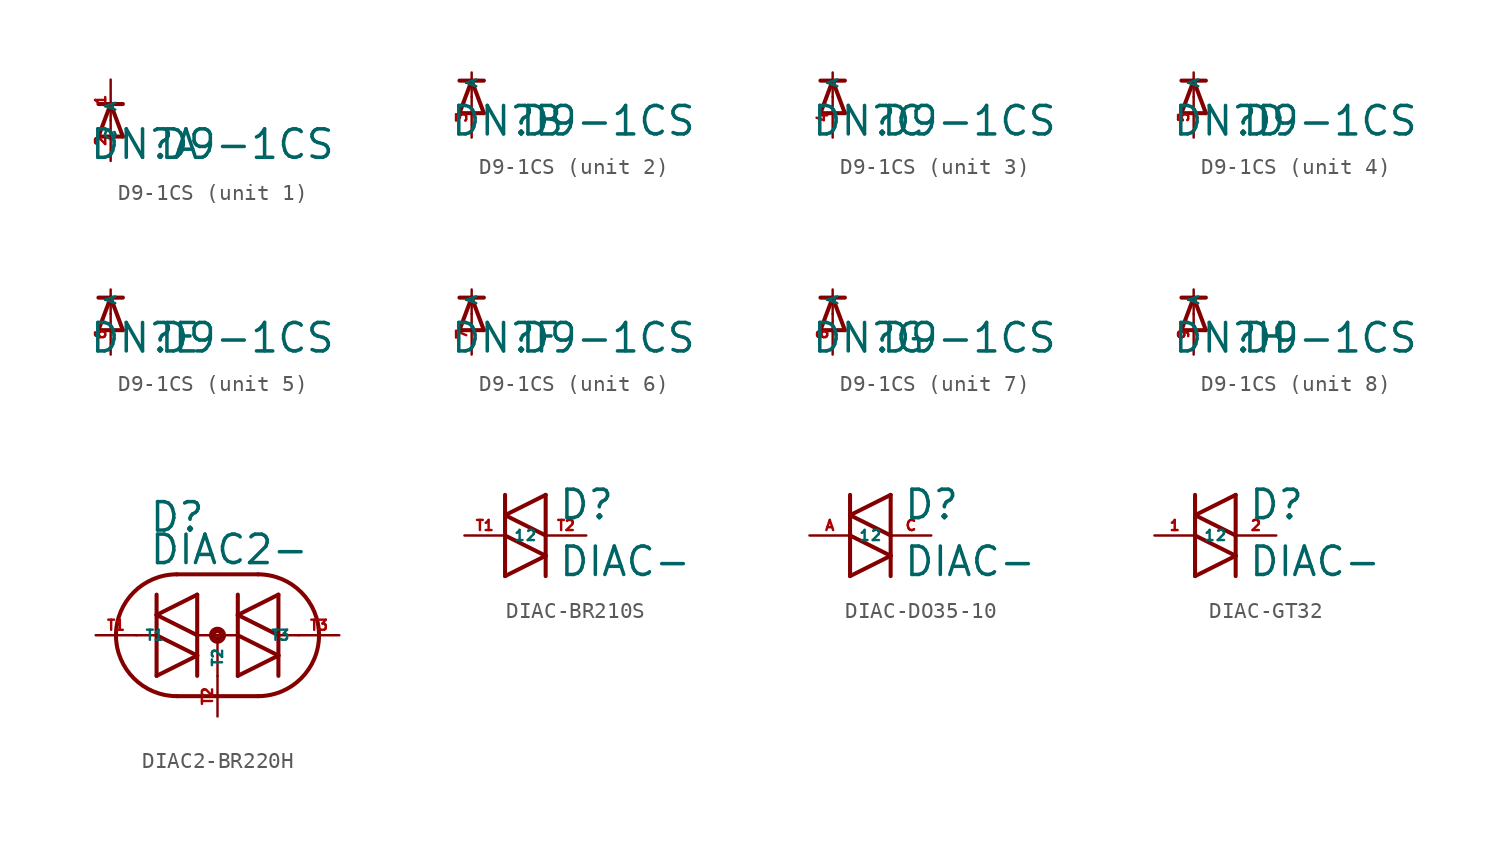
<source format=kicad_sym>
(kicad_symbol_lib
  (version 20220914)
  (generator Eagle2Kicad)
  (symbol "D9-1CS"
    (property "Reference" "DN"
      (at -1.372 -2.54 0)
      (effects (font (size 1.778 1.778) (thickness 0.22)) (justify left bottom)))
    (property "Value" "D9-1CS"
      (at 2.946 -2.54 0)
      (effects (font (size 1.778 1.778) (thickness 0.22)) (justify left bottom)))
    (symbol "D9-1CS_1_0"
      (polyline (pts (xy 0.762 -1.016) (xy 0 1.016)) (stroke (width 0.254) (type default)) (fill (type none)))
      (polyline (pts (xy 0 1.016) (xy -0.762 -1.016)) (stroke (width 0.254) (type default)) (fill (type none)))
      (polyline (pts (xy -0.762 1.016) (xy 0 1.016)) (stroke (width 0.254) (type default)) (fill (type none)))
      (polyline (pts (xy -0.762 -1.016) (xy 0.762 -1.016)) (stroke (width 0.254) (type default)) (fill (type none)))
      (polyline (pts (xy 0 1.016) (xy 0.762 1.016)) (stroke (width 0.254) (type default)) (fill (type none)))
      (pin passive line (at 0 -2.54 90) (length 2.54) (name "A" (effects (font (size 0.635 0.635) (thickness 0.08)) (justify left bottom))) (number "2" (effects (font (size 0.635 0.635) (thickness 0.08)) (justify left bottom))))
      (pin passive line (at 0 2.54 270) (length 2.54) (name "C" (effects (font (size 0.635 0.635) (thickness 0.08)) (justify left bottom))) (number "1" (effects (font (size 0.635 0.635) (thickness 0.08)) (justify left bottom)))))
    (symbol "D9-1CS_2_0"
      (polyline (pts (xy 0.762 -1.016) (xy 0 1.016)) (stroke (width 0.254) (type default)) (fill (type none)))
      (polyline (pts (xy 0 1.016) (xy -0.762 -1.016)) (stroke (width 0.254) (type default)) (fill (type none)))
      (polyline (pts (xy -0.762 1.016) (xy 0 1.016)) (stroke (width 0.254) (type default)) (fill (type none)))
      (polyline (pts (xy 0 1.524) (xy 0 1.016)) (stroke (width 0.152) (type default)) (fill (type none)))
      (polyline (pts (xy 0 0) (xy 0 1.016)) (stroke (width 0.152) (type default)) (fill (type none)))
      (polyline (pts (xy -0.762 -1.016) (xy 0.762 -1.016)) (stroke (width 0.254) (type default)) (fill (type none)))
      (polyline (pts (xy 0 1.016) (xy 0.762 1.016)) (stroke (width 0.254) (type default)) (fill (type none)))
      (pin passive line (at 0 -2.54 90) (length 2.54) (name "A" (effects (font (size 0.635 0.635) (thickness 0.08)) (justify left bottom))) (number "3" (effects (font (size 0.635 0.635) (thickness 0.08)) (justify left bottom)))))
    (symbol "D9-1CS_3_0"
      (polyline (pts (xy 0.762 -1.016) (xy 0 1.016)) (stroke (width 0.254) (type default)) (fill (type none)))
      (polyline (pts (xy 0 1.016) (xy -0.762 -1.016)) (stroke (width 0.254) (type default)) (fill (type none)))
      (polyline (pts (xy -0.762 1.016) (xy 0 1.016)) (stroke (width 0.254) (type default)) (fill (type none)))
      (polyline (pts (xy 0 1.524) (xy 0 1.016)) (stroke (width 0.152) (type default)) (fill (type none)))
      (polyline (pts (xy 0 0) (xy 0 1.016)) (stroke (width 0.152) (type default)) (fill (type none)))
      (polyline (pts (xy -0.762 -1.016) (xy 0.762 -1.016)) (stroke (width 0.254) (type default)) (fill (type none)))
      (polyline (pts (xy 0 1.016) (xy 0.762 1.016)) (stroke (width 0.254) (type default)) (fill (type none)))
      (pin passive line (at 0 -2.54 90) (length 2.54) (name "A" (effects (font (size 0.635 0.635) (thickness 0.08)) (justify left bottom))) (number "4" (effects (font (size 0.635 0.635) (thickness 0.08)) (justify left bottom)))))
    (symbol "D9-1CS_4_0"
      (polyline (pts (xy 0.762 -1.016) (xy 0 1.016)) (stroke (width 0.254) (type default)) (fill (type none)))
      (polyline (pts (xy 0 1.016) (xy -0.762 -1.016)) (stroke (width 0.254) (type default)) (fill (type none)))
      (polyline (pts (xy -0.762 1.016) (xy 0 1.016)) (stroke (width 0.254) (type default)) (fill (type none)))
      (polyline (pts (xy 0 1.524) (xy 0 1.016)) (stroke (width 0.152) (type default)) (fill (type none)))
      (polyline (pts (xy 0 0) (xy 0 1.016)) (stroke (width 0.152) (type default)) (fill (type none)))
      (polyline (pts (xy -0.762 -1.016) (xy 0.762 -1.016)) (stroke (width 0.254) (type default)) (fill (type none)))
      (polyline (pts (xy 0 1.016) (xy 0.762 1.016)) (stroke (width 0.254) (type default)) (fill (type none)))
      (pin passive line (at 0 -2.54 90) (length 2.54) (name "A" (effects (font (size 0.635 0.635) (thickness 0.08)) (justify left bottom))) (number "5" (effects (font (size 0.635 0.635) (thickness 0.08)) (justify left bottom)))))
    (symbol "D9-1CS_5_0"
      (polyline (pts (xy 0.762 -1.016) (xy 0 1.016)) (stroke (width 0.254) (type default)) (fill (type none)))
      (polyline (pts (xy 0 1.016) (xy -0.762 -1.016)) (stroke (width 0.254) (type default)) (fill (type none)))
      (polyline (pts (xy -0.762 1.016) (xy 0 1.016)) (stroke (width 0.254) (type default)) (fill (type none)))
      (polyline (pts (xy 0 1.524) (xy 0 1.016)) (stroke (width 0.152) (type default)) (fill (type none)))
      (polyline (pts (xy 0 0) (xy 0 1.016)) (stroke (width 0.152) (type default)) (fill (type none)))
      (polyline (pts (xy -0.762 -1.016) (xy 0.762 -1.016)) (stroke (width 0.254) (type default)) (fill (type none)))
      (polyline (pts (xy 0 1.016) (xy 0.762 1.016)) (stroke (width 0.254) (type default)) (fill (type none)))
      (pin passive line (at 0 -2.54 90) (length 2.54) (name "A" (effects (font (size 0.635 0.635) (thickness 0.08)) (justify left bottom))) (number "6" (effects (font (size 0.635 0.635) (thickness 0.08)) (justify left bottom)))))
    (symbol "D9-1CS_6_0"
      (polyline (pts (xy 0.762 -1.016) (xy 0 1.016)) (stroke (width 0.254) (type default)) (fill (type none)))
      (polyline (pts (xy 0 1.016) (xy -0.762 -1.016)) (stroke (width 0.254) (type default)) (fill (type none)))
      (polyline (pts (xy -0.762 1.016) (xy 0 1.016)) (stroke (width 0.254) (type default)) (fill (type none)))
      (polyline (pts (xy 0 1.524) (xy 0 1.016)) (stroke (width 0.152) (type default)) (fill (type none)))
      (polyline (pts (xy 0 0) (xy 0 1.016)) (stroke (width 0.152) (type default)) (fill (type none)))
      (polyline (pts (xy -0.762 -1.016) (xy 0.762 -1.016)) (stroke (width 0.254) (type default)) (fill (type none)))
      (polyline (pts (xy 0 1.016) (xy 0.762 1.016)) (stroke (width 0.254) (type default)) (fill (type none)))
      (pin passive line (at 0 -2.54 90) (length 2.54) (name "A" (effects (font (size 0.635 0.635) (thickness 0.08)) (justify left bottom))) (number "7" (effects (font (size 0.635 0.635) (thickness 0.08)) (justify left bottom)))))
    (symbol "D9-1CS_7_0"
      (polyline (pts (xy 0.762 -1.016) (xy 0 1.016)) (stroke (width 0.254) (type default)) (fill (type none)))
      (polyline (pts (xy 0 1.016) (xy -0.762 -1.016)) (stroke (width 0.254) (type default)) (fill (type none)))
      (polyline (pts (xy -0.762 1.016) (xy 0 1.016)) (stroke (width 0.254) (type default)) (fill (type none)))
      (polyline (pts (xy 0 1.524) (xy 0 1.016)) (stroke (width 0.152) (type default)) (fill (type none)))
      (polyline (pts (xy 0 0) (xy 0 1.016)) (stroke (width 0.152) (type default)) (fill (type none)))
      (polyline (pts (xy -0.762 -1.016) (xy 0.762 -1.016)) (stroke (width 0.254) (type default)) (fill (type none)))
      (polyline (pts (xy 0 1.016) (xy 0.762 1.016)) (stroke (width 0.254) (type default)) (fill (type none)))
      (pin passive line (at 0 -2.54 90) (length 2.54) (name "A" (effects (font (size 0.635 0.635) (thickness 0.08)) (justify left bottom))) (number "8" (effects (font (size 0.635 0.635) (thickness 0.08)) (justify left bottom)))))
    (symbol "D9-1CS_8_0"
      (polyline (pts (xy 0.762 -1.016) (xy 0 1.016)) (stroke (width 0.254) (type default)) (fill (type none)))
      (polyline (pts (xy 0 1.016) (xy -0.762 -1.016)) (stroke (width 0.254) (type default)) (fill (type none)))
      (polyline (pts (xy -0.762 1.016) (xy 0 1.016)) (stroke (width 0.254) (type default)) (fill (type none)))
      (polyline (pts (xy 0 1.524) (xy 0 1.016)) (stroke (width 0.152) (type default)) (fill (type none)))
      (polyline (pts (xy 0 0) (xy 0 1.016)) (stroke (width 0.152) (type default)) (fill (type none)))
      (polyline (pts (xy -0.762 -1.016) (xy 0.762 -1.016)) (stroke (width 0.254) (type default)) (fill (type none)))
      (polyline (pts (xy 0 1.016) (xy 0.762 1.016)) (stroke (width 0.254) (type default)) (fill (type none)))
      (pin passive line (at 0 -2.54 90) (length 2.54) (name "A" (effects (font (size 0.635 0.635) (thickness 0.08)) (justify left bottom))) (number "9" (effects (font (size 0.635 0.635) (thickness 0.08)) (justify left bottom))))))
  (symbol "DIAC2-BR220H"
    (property "Reference" "D"
      (at -4.318 6.35 0)
      (effects (font (size 1.778 1.778) (thickness 0.22)) (justify left bottom)))
    (property "Value" "DIAC2-"
      (at -4.318 4.318 0)
      (effects (font (size 1.778 1.778) (thickness 0.22)) (justify left bottom)))
    (polyline
      (pts (xy -3.81 -2.54) (xy -1.27 -1.27))
      (stroke (width 0.254) (type default))
      (fill (type none)))
    (polyline
      (pts (xy -1.27 -1.27) (xy -3.81 0))
      (stroke (width 0.254) (type default))
      (fill (type none)))
    (polyline
      (pts (xy -1.27 0) (xy -1.27 -1.27))
      (stroke (width 0.254) (type default))
      (fill (type none)))
    (polyline
      (pts (xy -3.81 0) (xy -3.81 -2.54))
      (stroke (width 0.254) (type default))
      (fill (type none)))
    (polyline
      (pts (xy -1.27 -1.27) (xy -1.27 -2.54))
      (stroke (width 0.254) (type default))
      (fill (type none)))
    (polyline
      (pts (xy -3.81 2.54) (xy -3.81 1.27))
      (stroke (width 0.254) (type default))
      (fill (type none)))
    (polyline
      (pts (xy -3.81 1.27) (xy -3.81 0))
      (stroke (width 0.254) (type default))
      (fill (type none)))
    (polyline
      (pts (xy -1.27 0) (xy -3.81 1.27))
      (stroke (width 0.254) (type default))
      (fill (type none)))
    (polyline
      (pts (xy -3.81 1.27) (xy -1.27 2.54))
      (stroke (width 0.254) (type default))
      (fill (type none)))
    (polyline
      (pts (xy -1.27 2.54) (xy -1.27 0))
      (stroke (width 0.254) (type default))
      (fill (type none)))
    (polyline
      (pts (xy -3.81 0) (xy -5.08 0))
      (stroke (width 0.152) (type default))
      (fill (type none)))
    (polyline
      (pts (xy 1.27 -2.54) (xy 3.81 -1.27))
      (stroke (width 0.254) (type default))
      (fill (type none)))
    (polyline
      (pts (xy 3.81 -1.27) (xy 1.27 0))
      (stroke (width 0.254) (type default))
      (fill (type none)))
    (polyline
      (pts (xy 3.81 0) (xy 3.81 -1.27))
      (stroke (width 0.254) (type default))
      (fill (type none)))
    (polyline
      (pts (xy 1.27 0) (xy 1.27 -2.54))
      (stroke (width 0.254) (type default))
      (fill (type none)))
    (polyline
      (pts (xy 3.81 -1.27) (xy 3.81 -2.54))
      (stroke (width 0.254) (type default))
      (fill (type none)))
    (polyline
      (pts (xy 1.27 2.54) (xy 1.27 1.27))
      (stroke (width 0.254) (type default))
      (fill (type none)))
    (polyline
      (pts (xy 1.27 1.27) (xy 1.27 0))
      (stroke (width 0.254) (type default))
      (fill (type none)))
    (polyline
      (pts (xy 3.81 0) (xy 1.27 1.27))
      (stroke (width 0.254) (type default))
      (fill (type none)))
    (polyline
      (pts (xy 1.27 1.27) (xy 3.81 2.54))
      (stroke (width 0.254) (type default))
      (fill (type none)))
    (polyline
      (pts (xy 3.81 2.54) (xy 3.81 0))
      (stroke (width 0.254) (type default))
      (fill (type none)))
    (polyline
      (pts (xy 5.08 0) (xy 3.81 0))
      (stroke (width 0.152) (type default))
      (fill (type none)))
    (polyline
      (pts (xy 1.27 0) (xy 0 0))
      (stroke (width 0.152) (type default))
      (fill (type none)))
    (polyline
      (pts (xy 2.54 3.81) (xy -2.54 3.81))
      (stroke (width 0.254) (type default))
      (fill (type none)))
    (polyline
      (pts (xy -2.54 -3.81) (xy 2.54 -3.81))
      (stroke (width 0.254) (type default))
      (fill (type none)))
    (arc
      (start -2.54 3.81)
      (mid -6.350 0.000)
      (end -2.54 -3.81)
      (stroke (width 0.254) (type default))
      (fill (type none)))
    (arc
      (start 2.54 -3.81)
      (mid 6.350 0.000)
      (end 2.54 3.81)
      (stroke (width 0.254) (type default))
      (fill (type none)))
    (polyline
      (pts (xy 0 -2.54) (xy 0 0))
      (stroke (width 0.152) (type default))
      (fill (type none)))
    (polyline
      (pts (xy 0 0) (xy -1.27 0))
      (stroke (width 0.152) (type default))
      (fill (type none)))
    (circle
      (center 0 0)
      (radius 0.127)
      (stroke (width 0.406) (type default))
      (fill (type none)))
    (pin passive line
      (at -7.62 0 0)
      (length 2.54)
      (name "T1" (effects (font (size 0.635 0.635) (thickness 0.08)) (justify left bottom)))
      (number "T1" (effects (font (size 0.635 0.635) (thickness 0.08)) (justify left bottom))))
    (pin passive line
      (at 0 -5.08 90)
      (length 2.54)
      (name "T2" (effects (font (size 0.635 0.635) (thickness 0.08)) (justify left bottom)))
      (number "T2" (effects (font (size 0.635 0.635) (thickness 0.08)) (justify left bottom))))
    (pin passive line
      (at 7.62 0 180)
      (length 2.54)
      (name "T3" (effects (font (size 0.635 0.635) (thickness 0.08)) (justify left bottom)))
      (number "T3" (effects (font (size 0.635 0.635) (thickness 0.08)) (justify left bottom)))))
  (symbol "DIAC-BR210S"
    (property "Reference" "D"
      (at 0.762 0.889 0)
      (effects (font (size 1.778 1.778) (thickness 0.22)) (justify left bottom)))
    (property "Value" "DIAC-"
      (at 0.762 -2.667 0)
      (effects (font (size 1.778 1.778) (thickness 0.22)) (justify left bottom)))
    (polyline
      (pts (xy -2.54 -2.54) (xy 0 -1.27))
      (stroke (width 0.254) (type default))
      (fill (type none)))
    (polyline
      (pts (xy 0 -1.27) (xy -2.54 0))
      (stroke (width 0.254) (type default))
      (fill (type none)))
    (polyline
      (pts (xy 0 0) (xy 0 -1.27))
      (stroke (width 0.254) (type default))
      (fill (type none)))
    (polyline
      (pts (xy -2.54 0) (xy -2.54 -2.54))
      (stroke (width 0.254) (type default))
      (fill (type none)))
    (polyline
      (pts (xy 0 -1.27) (xy 0 -2.54))
      (stroke (width 0.254) (type default))
      (fill (type none)))
    (polyline
      (pts (xy -2.54 2.54) (xy -2.54 1.27))
      (stroke (width 0.254) (type default))
      (fill (type none)))
    (polyline
      (pts (xy -2.54 1.27) (xy -2.54 0))
      (stroke (width 0.254) (type default))
      (fill (type none)))
    (polyline
      (pts (xy 0 0) (xy -2.54 1.27))
      (stroke (width 0.254) (type default))
      (fill (type none)))
    (polyline
      (pts (xy -2.54 1.27) (xy 0 2.54))
      (stroke (width 0.254) (type default))
      (fill (type none)))
    (polyline
      (pts (xy 0 2.54) (xy 0 0))
      (stroke (width 0.254) (type default))
      (fill (type none)))
    (pin passive line
      (at -5.08 0 0)
      (length 2.54)
      (name "1" (effects (font (size 0.635 0.635) (thickness 0.08)) (justify left bottom)))
      (number "T1" (effects (font (size 0.635 0.635) (thickness 0.08)) (justify left bottom))))
    (pin passive line
      (at 2.54 0 180)
      (length 2.54)
      (name "2" (effects (font (size 0.635 0.635) (thickness 0.08)) (justify left bottom)))
      (number "T2" (effects (font (size 0.635 0.635) (thickness 0.08)) (justify left bottom)))))
  (symbol "DIAC-DO35-10"
    (property "Reference" "D"
      (at 0.762 0.889 0)
      (effects (font (size 1.778 1.778) (thickness 0.22)) (justify left bottom)))
    (property "Value" "DIAC-"
      (at 0.762 -2.667 0)
      (effects (font (size 1.778 1.778) (thickness 0.22)) (justify left bottom)))
    (polyline
      (pts (xy -2.54 -2.54) (xy 0 -1.27))
      (stroke (width 0.254) (type default))
      (fill (type none)))
    (polyline
      (pts (xy 0 -1.27) (xy -2.54 0))
      (stroke (width 0.254) (type default))
      (fill (type none)))
    (polyline
      (pts (xy 0 0) (xy 0 -1.27))
      (stroke (width 0.254) (type default))
      (fill (type none)))
    (polyline
      (pts (xy -2.54 0) (xy -2.54 -2.54))
      (stroke (width 0.254) (type default))
      (fill (type none)))
    (polyline
      (pts (xy 0 -1.27) (xy 0 -2.54))
      (stroke (width 0.254) (type default))
      (fill (type none)))
    (polyline
      (pts (xy -2.54 2.54) (xy -2.54 1.27))
      (stroke (width 0.254) (type default))
      (fill (type none)))
    (polyline
      (pts (xy -2.54 1.27) (xy -2.54 0))
      (stroke (width 0.254) (type default))
      (fill (type none)))
    (polyline
      (pts (xy 0 0) (xy -2.54 1.27))
      (stroke (width 0.254) (type default))
      (fill (type none)))
    (polyline
      (pts (xy -2.54 1.27) (xy 0 2.54))
      (stroke (width 0.254) (type default))
      (fill (type none)))
    (polyline
      (pts (xy 0 2.54) (xy 0 0))
      (stroke (width 0.254) (type default))
      (fill (type none)))
    (pin passive line
      (at -5.08 0 0)
      (length 2.54)
      (name "1" (effects (font (size 0.635 0.635) (thickness 0.08)) (justify left bottom)))
      (number "A" (effects (font (size 0.635 0.635) (thickness 0.08)) (justify left bottom))))
    (pin passive line
      (at 2.54 0 180)
      (length 2.54)
      (name "2" (effects (font (size 0.635 0.635) (thickness 0.08)) (justify left bottom)))
      (number "C" (effects (font (size 0.635 0.635) (thickness 0.08)) (justify left bottom)))))
  (symbol "DIAC-GT32"
    (property "Reference" "D"
      (at 0.762 0.889 0)
      (effects (font (size 1.778 1.778) (thickness 0.22)) (justify left bottom)))
    (property "Value" "DIAC-"
      (at 0.762 -2.667 0)
      (effects (font (size 1.778 1.778) (thickness 0.22)) (justify left bottom)))
    (polyline
      (pts (xy -2.54 -2.54) (xy 0 -1.27))
      (stroke (width 0.254) (type default))
      (fill (type none)))
    (polyline
      (pts (xy 0 -1.27) (xy -2.54 0))
      (stroke (width 0.254) (type default))
      (fill (type none)))
    (polyline
      (pts (xy 0 0) (xy 0 -1.27))
      (stroke (width 0.254) (type default))
      (fill (type none)))
    (polyline
      (pts (xy -2.54 0) (xy -2.54 -2.54))
      (stroke (width 0.254) (type default))
      (fill (type none)))
    (polyline
      (pts (xy 0 -1.27) (xy 0 -2.54))
      (stroke (width 0.254) (type default))
      (fill (type none)))
    (polyline
      (pts (xy -2.54 2.54) (xy -2.54 1.27))
      (stroke (width 0.254) (type default))
      (fill (type none)))
    (polyline
      (pts (xy -2.54 1.27) (xy -2.54 0))
      (stroke (width 0.254) (type default))
      (fill (type none)))
    (polyline
      (pts (xy 0 0) (xy -2.54 1.27))
      (stroke (width 0.254) (type default))
      (fill (type none)))
    (polyline
      (pts (xy -2.54 1.27) (xy 0 2.54))
      (stroke (width 0.254) (type default))
      (fill (type none)))
    (polyline
      (pts (xy 0 2.54) (xy 0 0))
      (stroke (width 0.254) (type default))
      (fill (type none)))
    (pin passive line
      (at -5.08 0 0)
      (length 2.54)
      (name "1" (effects (font (size 0.635 0.635) (thickness 0.08)) (justify left bottom)))
      (number "1" (effects (font (size 0.635 0.635) (thickness 0.08)) (justify left bottom))))
    (pin passive line
      (at 2.54 0 180)
      (length 2.54)
      (name "2" (effects (font (size 0.635 0.635) (thickness 0.08)) (justify left bottom)))
      (number "2" (effects (font (size 0.635 0.635) (thickness 0.08)) (justify left bottom))))))
</source>
